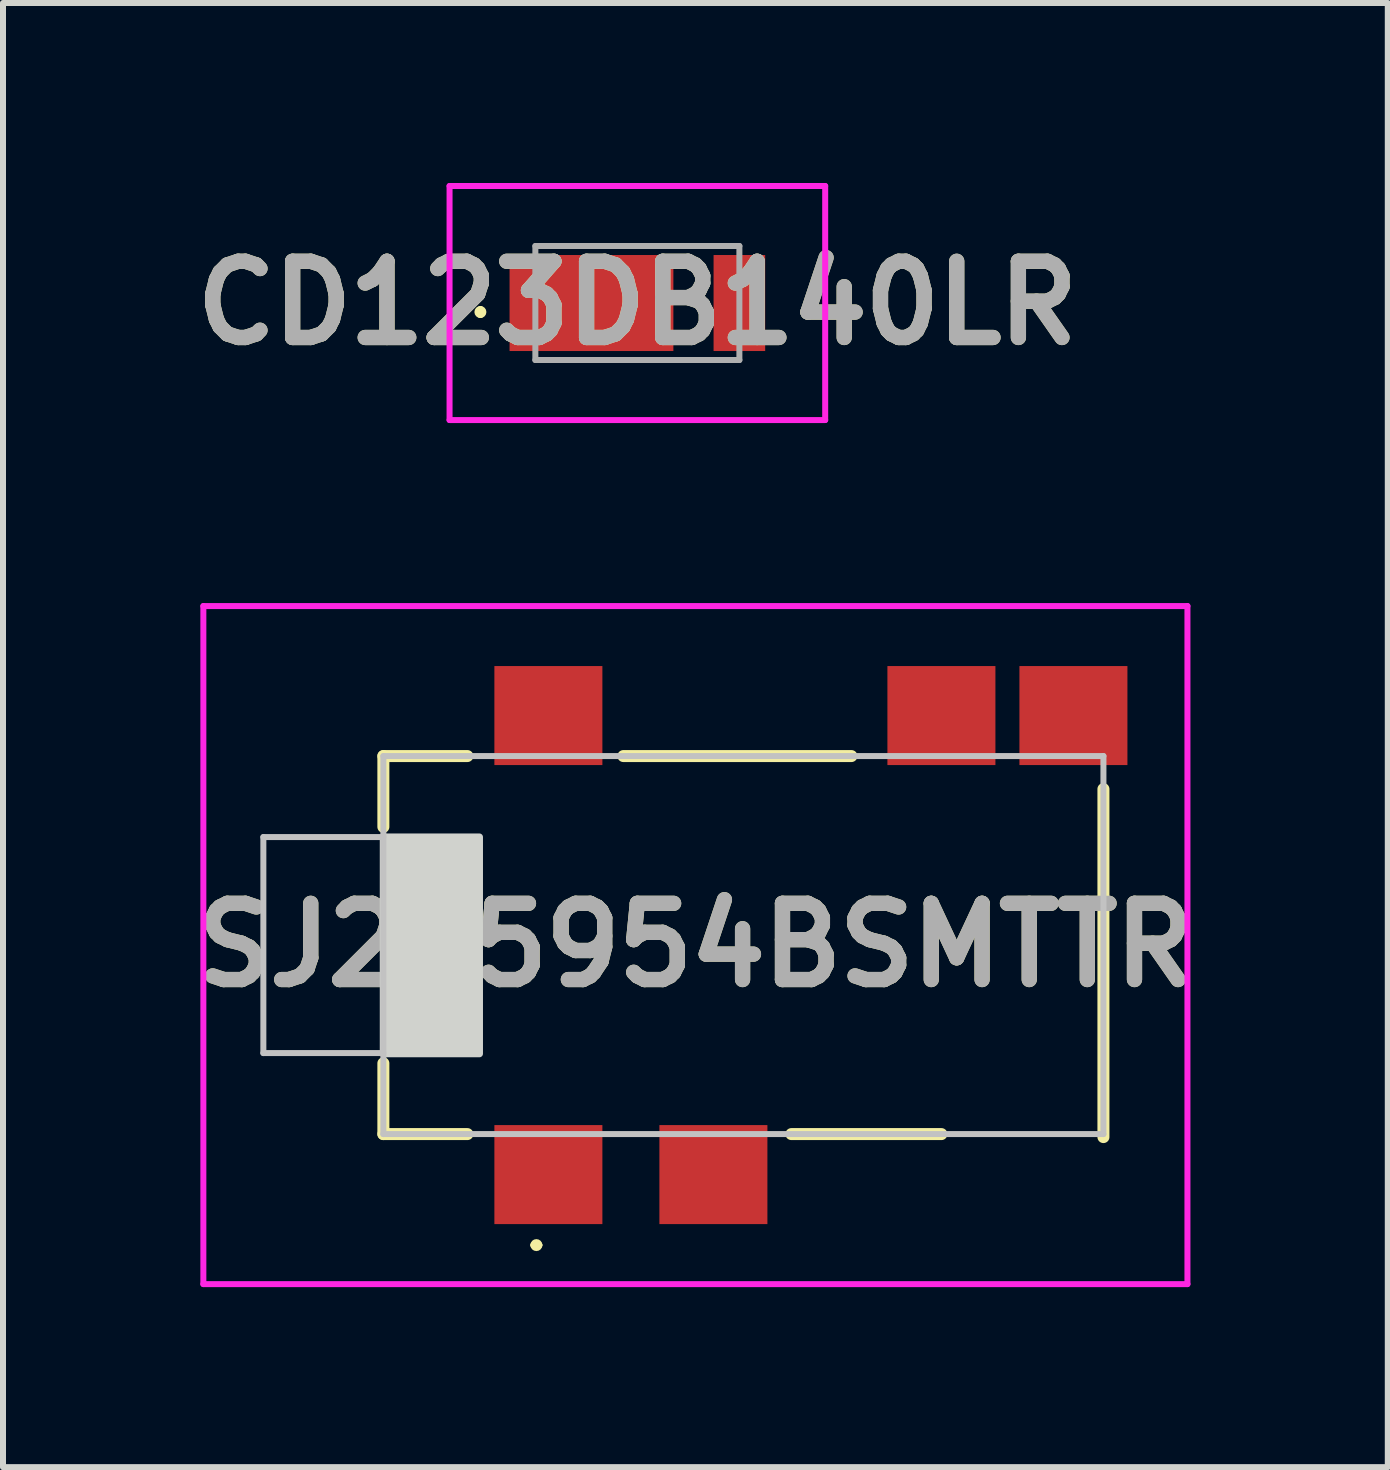
<source format=kicad_pcb>
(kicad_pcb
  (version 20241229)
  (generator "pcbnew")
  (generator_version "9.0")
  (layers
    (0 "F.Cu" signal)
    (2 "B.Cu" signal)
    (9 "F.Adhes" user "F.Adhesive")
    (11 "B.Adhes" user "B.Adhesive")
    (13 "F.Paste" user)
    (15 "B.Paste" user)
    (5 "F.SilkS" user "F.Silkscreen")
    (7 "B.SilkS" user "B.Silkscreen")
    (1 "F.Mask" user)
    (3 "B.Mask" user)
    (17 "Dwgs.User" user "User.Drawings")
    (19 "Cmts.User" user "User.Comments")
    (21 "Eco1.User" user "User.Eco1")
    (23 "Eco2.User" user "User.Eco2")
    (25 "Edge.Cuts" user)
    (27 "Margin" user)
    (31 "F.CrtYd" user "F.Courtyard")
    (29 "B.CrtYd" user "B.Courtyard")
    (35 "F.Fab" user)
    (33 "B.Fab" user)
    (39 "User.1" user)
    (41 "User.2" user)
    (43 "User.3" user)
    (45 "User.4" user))
  (footprint "SJ235954BSMTTR"
    (layer "F.Cu")
    (at 8.539 12.7)
    (property "Reference" "SJ235954BSMTTR" (at 0 0 0) (layer "F.SilkS") (effects (font (size 1.27 1.27) (thickness 0.254))))
    (attr through_hole)
    (fp_line (start -5.2 -3.15) (end -5.2 -1.97) (stroke (width 0.2) (type solid)) (layer "F.SilkS"))
    (fp_line (start -5.2 3.15) (end -5.2 1.97) (stroke (width 0.2) (type solid)) (layer "F.SilkS"))
    (fp_line (start -5.2 3.15) (end -3.8 3.15) (stroke (width 0.2) (type solid)) (layer "F.SilkS"))
    (fp_line (start -3.8 -3.15) (end -5.2 -3.15) (stroke (width 0.2) (type solid)) (layer "F.SilkS"))
    (fp_line (start -2.7 5) (end -2.7 5) (stroke (width 0.1) (type solid)) (layer "F.SilkS"))
    (fp_line (start -2.6 5) (end -2.6 5) (stroke (width 0.1) (type solid)) (layer "F.SilkS"))
    (fp_line (start -1.2 -3.15) (end 2.6 -3.15) (stroke (width 0.2) (type solid)) (layer "F.SilkS"))
    (fp_line (start 1.6 3.15) (end 4.1 3.15) (stroke (width 0.2) (type solid)) (layer "F.SilkS"))
    (fp_line (start 6.8 -2.6) (end 6.8 3.2) (stroke (width 0.2) (type solid)) (layer "F.SilkS"))
    (fp_arc (start -2.7 5) (mid -2.65 4.95) (end -2.6 5) (stroke (width 0.1) (type solid)) (layer "F.SilkS"))
    (fp_arc (start -2.6 5) (mid -2.65 5.05) (end -2.7 5) (stroke (width 0.1) (type solid)) (layer "F.SilkS"))
    (fp_line (start -7.2 -1.8) (end -7.2 1.8) (stroke (width 0.1) (type solid)) (layer "Dwgs.User"))
    (fp_line (start -7.2 1.8) (end -5.2 1.8) (stroke (width 0.1) (type solid)) (layer "Dwgs.User"))
    (fp_line (start -5.2 -3.15) (end 6.8 -3.15) (stroke (width 0.1) (type solid)) (layer "Dwgs.User"))
    (fp_line (start -5.2 -1.8) (end -7.2 -1.8) (stroke (width 0.1) (type solid)) (layer "Dwgs.User"))
    (fp_line (start -5.2 3.15) (end -5.2 -3.15) (stroke (width 0.1) (type solid)) (layer "Dwgs.User"))
    (fp_line (start 6.8 -3.15) (end 6.8 3.15) (stroke (width 0.1) (type solid)) (layer "Dwgs.User"))
    (fp_line (start 6.8 3.15) (end -5.2 3.15) (stroke (width 0.1) (type solid)) (layer "Dwgs.User"))
    (fp_rect (start -5.2 -1.8) (end -3.6 1.81) (stroke (width 0.12) (type solid)) (fill yes) (layer "Edge.Cuts"))
    (fp_line (start -8.2 -5.65) (end 8.2 -5.65) (stroke (width 0.1) (type solid)) (layer "F.CrtYd"))
    (fp_line (start -8.2 5.65) (end -8.2 -5.65) (stroke (width 0.1) (type solid)) (layer "F.CrtYd"))
    (fp_line (start 8.2 -5.65) (end 8.2 5.65) (stroke (width 0.1) (type solid)) (layer "F.CrtYd"))
    (fp_line (start 8.2 5.65) (end -8.2 5.65) (stroke (width 0.1) (type solid)) (layer "F.CrtYd"))
    (fp_text user "${REFERENCE}" (at 0 0 0) (layer "F.Fab") (effects (font (size 1.27 1.27) (thickness 0.254))))
    (pad "" np_thru_hole circle (at 5.35 0) (size 0.001 0.001) (drill 1.3) (layers "*.Cu" "*.Mask"))
    (pad "1" smd rect (at -2.45 3.825 90) (size 1.65 1.8) (layers "F.Cu" "F.Mask" "F.Paste"))
    (pad "2" smd rect (at 4.1 -3.825 90) (size 1.65 1.8) (layers "F.Cu" "F.Mask" "F.Paste"))
    (pad "3" smd rect (at 0.3 3.825 90) (size 1.65 1.8) (layers "F.Cu" "F.Mask" "F.Paste"))
    (pad "4" smd rect (at -2.45 -3.825 90) (size 1.65 1.8) (layers "F.Cu" "F.Mask" "F.Paste"))
    (pad "10" smd rect (at 6.3 -3.825 90) (size 1.65 1.8) (layers "F.Cu" "F.Mask" "F.Paste")))
  (footprint "CD123DB140LR"
    (layer "F.Cu")
    (at 7.572 2)
    (property "Reference" "CD123DB140LR" (at 0 0 0) (layer "F.SilkS") (effects (font (size 1.27 1.27) (thickness 0.254))))
    (attr smd)
    (fp_line (start -2.616 0.1) (end -2.616 0.1) (stroke (width 0.1) (type solid)) (layer "F.SilkS"))
    (fp_line (start -2.616 0.2) (end -2.616 0.2) (stroke (width 0.1) (type solid)) (layer "F.SilkS"))
    (fp_arc (start -2.616 0.1) (mid -2.566 0.15) (end -2.616 0.2) (stroke (width 0.1) (type solid)) (layer "F.SilkS"))
    (fp_arc (start -2.616 0.2) (mid -2.666 0.15) (end -2.616 0.1) (stroke (width 0.1) (type solid)) (layer "F.SilkS"))
    (fp_line (start -3.13 -1.95) (end 3.13 -1.95) (stroke (width 0.1) (type solid)) (layer "F.CrtYd"))
    (fp_line (start -3.13 1.95) (end -3.13 -1.95) (stroke (width 0.1) (type solid)) (layer "F.CrtYd"))
    (fp_line (start 3.13 -1.95) (end 3.13 1.95) (stroke (width 0.1) (type solid)) (layer "F.CrtYd"))
    (fp_line (start 3.13 1.95) (end -3.13 1.95) (stroke (width 0.1) (type solid)) (layer "F.CrtYd"))
    (fp_line (start -1.7 -0.95) (end 1.7 -0.95) (stroke (width 0.1) (type solid)) (layer "F.Fab"))
    (fp_line (start -1.7 0.95) (end -1.7 -0.95) (stroke (width 0.1) (type solid)) (layer "F.Fab"))
    (fp_line (start 1.7 -0.95) (end 1.7 0.95) (stroke (width 0.1) (type solid)) (layer "F.Fab"))
    (fp_line (start 1.7 0.95) (end -1.7 0.95) (stroke (width 0.1) (type solid)) (layer "F.Fab"))
    (fp_text user "${REFERENCE}" (at 0 0 0) (layer "F.Fab") (effects (font (size 1.27 1.27) (thickness 0.254))))
    (pad "1" smd rect (at -0.765 0 90) (size 1.6 2.73) (layers "F.Cu" "F.Mask" "F.Paste"))
    (pad "2" smd rect (at 1.7 0) (size 0.86 1.6) (layers "F.Cu" "F.Mask" "F.Paste")))
  (gr_rect
    (start -3 -3)
    (end 20.078 21.4)
    (stroke (width 0.1) (type default))
    (fill no)
    (layer "Edge.Cuts")))
</source>
